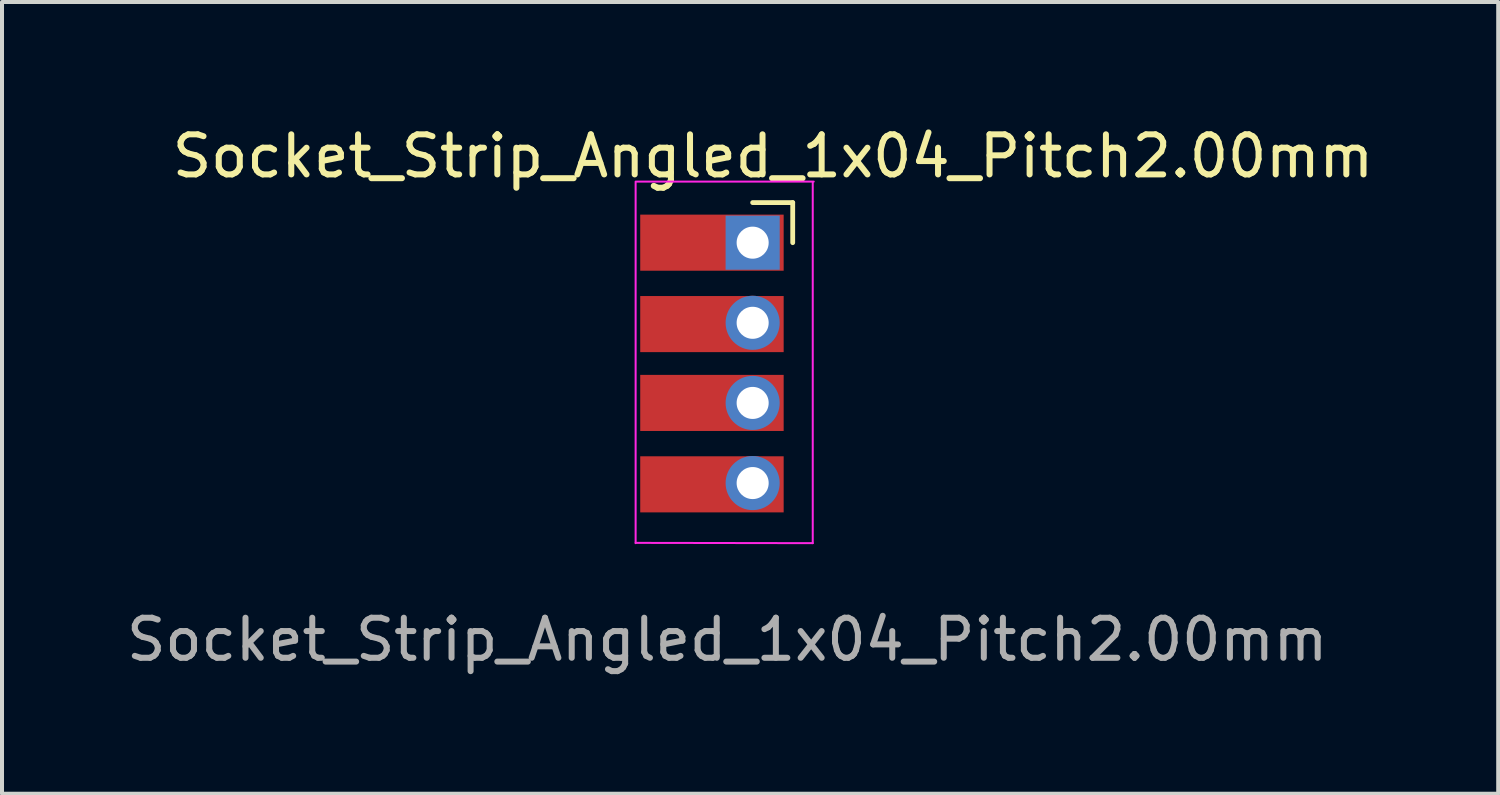
<source format=kicad_pcb>
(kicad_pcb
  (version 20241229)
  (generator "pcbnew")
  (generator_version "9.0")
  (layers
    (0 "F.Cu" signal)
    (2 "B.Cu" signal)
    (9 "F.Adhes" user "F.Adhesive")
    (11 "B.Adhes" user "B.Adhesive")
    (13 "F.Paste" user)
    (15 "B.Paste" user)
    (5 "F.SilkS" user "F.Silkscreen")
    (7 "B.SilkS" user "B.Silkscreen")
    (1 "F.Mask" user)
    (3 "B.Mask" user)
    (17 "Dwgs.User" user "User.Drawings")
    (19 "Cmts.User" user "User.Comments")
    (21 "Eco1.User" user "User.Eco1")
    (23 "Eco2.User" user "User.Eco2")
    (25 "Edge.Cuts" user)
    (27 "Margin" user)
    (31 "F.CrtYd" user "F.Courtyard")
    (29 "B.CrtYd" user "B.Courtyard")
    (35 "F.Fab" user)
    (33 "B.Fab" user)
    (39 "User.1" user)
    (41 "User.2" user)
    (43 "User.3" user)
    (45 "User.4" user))
  (footprint "Socket_Strip_Angled_1x04_Pitch2.00mm"
    (layer "F.Cu")
    (at 15.736 3.007)
    (property "Reference" "Socket_Strip_Angled_1x04_Pitch2.00mm" (at 0.508 -2.159 0) (layer "F.SilkS") (effects (font (size 1 1) (thickness 0.15))))
    (attr through_hole)
    (fp_line (start 0 -1) (end 1 -1) (stroke (width 0.12) (type solid)) (layer "F.SilkS"))
    (fp_line (start 1 -1) (end 1 0) (stroke (width 0.12) (type solid)) (layer "F.SilkS"))
    (fp_line (start -2.921 -1.524) (end 1.524 -1.524) (stroke (width 0.05) (type solid)) (layer "F.CrtYd"))
    (fp_line (start -2.921 7.5) (end -2.921 -1.5) (stroke (width 0.05) (type solid)) (layer "F.CrtYd"))
    (fp_line (start 1.5 -1.5) (end 1.5 7.5) (stroke (width 0.05) (type solid)) (layer "F.CrtYd"))
    (fp_line (start 1.5 7.5) (end -2.921 7.493) (stroke (width 0.05) (type solid)) (layer "F.CrtYd"))
    (fp_line (start 0 -0.25) (end 0 0.25) (stroke (width 0.1) (type solid)) (layer "F.Fab"))
    (fp_line (start 0 1.75) (end 0 2.25) (stroke (width 0.1) (type solid)) (layer "F.Fab"))
    (fp_line (start 0 3.75) (end 0 4.25) (stroke (width 0.1) (type solid)) (layer "F.Fab"))
    (fp_line (start 0 5.75) (end 0 6.25) (stroke (width 0.1) (type solid)) (layer "F.Fab"))
    (fp_text user "${REFERENCE}" (at -0.635 9.906 0) (layer "F.Fab") (effects (font (size 1 1) (thickness 0.15))))
    (pad "1" smd rect (at -1.016 0) (size 3.58 1.4) (layers "F.Cu" "F.Mask" "F.Paste"))
    (pad "1" thru_hole rect (at 0 0) (size 1.35 1.35) (drill 0.8) (layers "*.Cu" "*.Mask"))
    (pad "2" smd rect (at -1.016 2.032) (size 3.58 1.4) (layers "F.Cu" "F.Mask" "F.Paste"))
    (pad "2" thru_hole oval (at 0 2) (size 1.35 1.35) (drill 0.8) (layers "*.Cu" "*.Mask"))
    (pad "3" smd rect (at -1.016 4) (size 3.58 1.4) (layers "F.Cu" "F.Mask" "F.Paste"))
    (pad "3" thru_hole oval (at 0 4) (size 1.35 1.35) (drill 0.8) (layers "*.Cu" "*.Mask"))
    (pad "4" smd rect (at -1.016 6.032) (size 3.58 1.4) (layers "F.Cu" "F.Mask" "F.Paste"))
    (pad "4" thru_hole oval (at 0 6) (size 1.35 1.35) (drill 0.8) (layers "*.Cu" "*.Mask")))
  (gr_rect
    (start -3 -3)
    (end 34.345 16.762)
    (stroke (width 0.1) (type default))
    (fill no)
    (layer "Edge.Cuts")))
</source>
